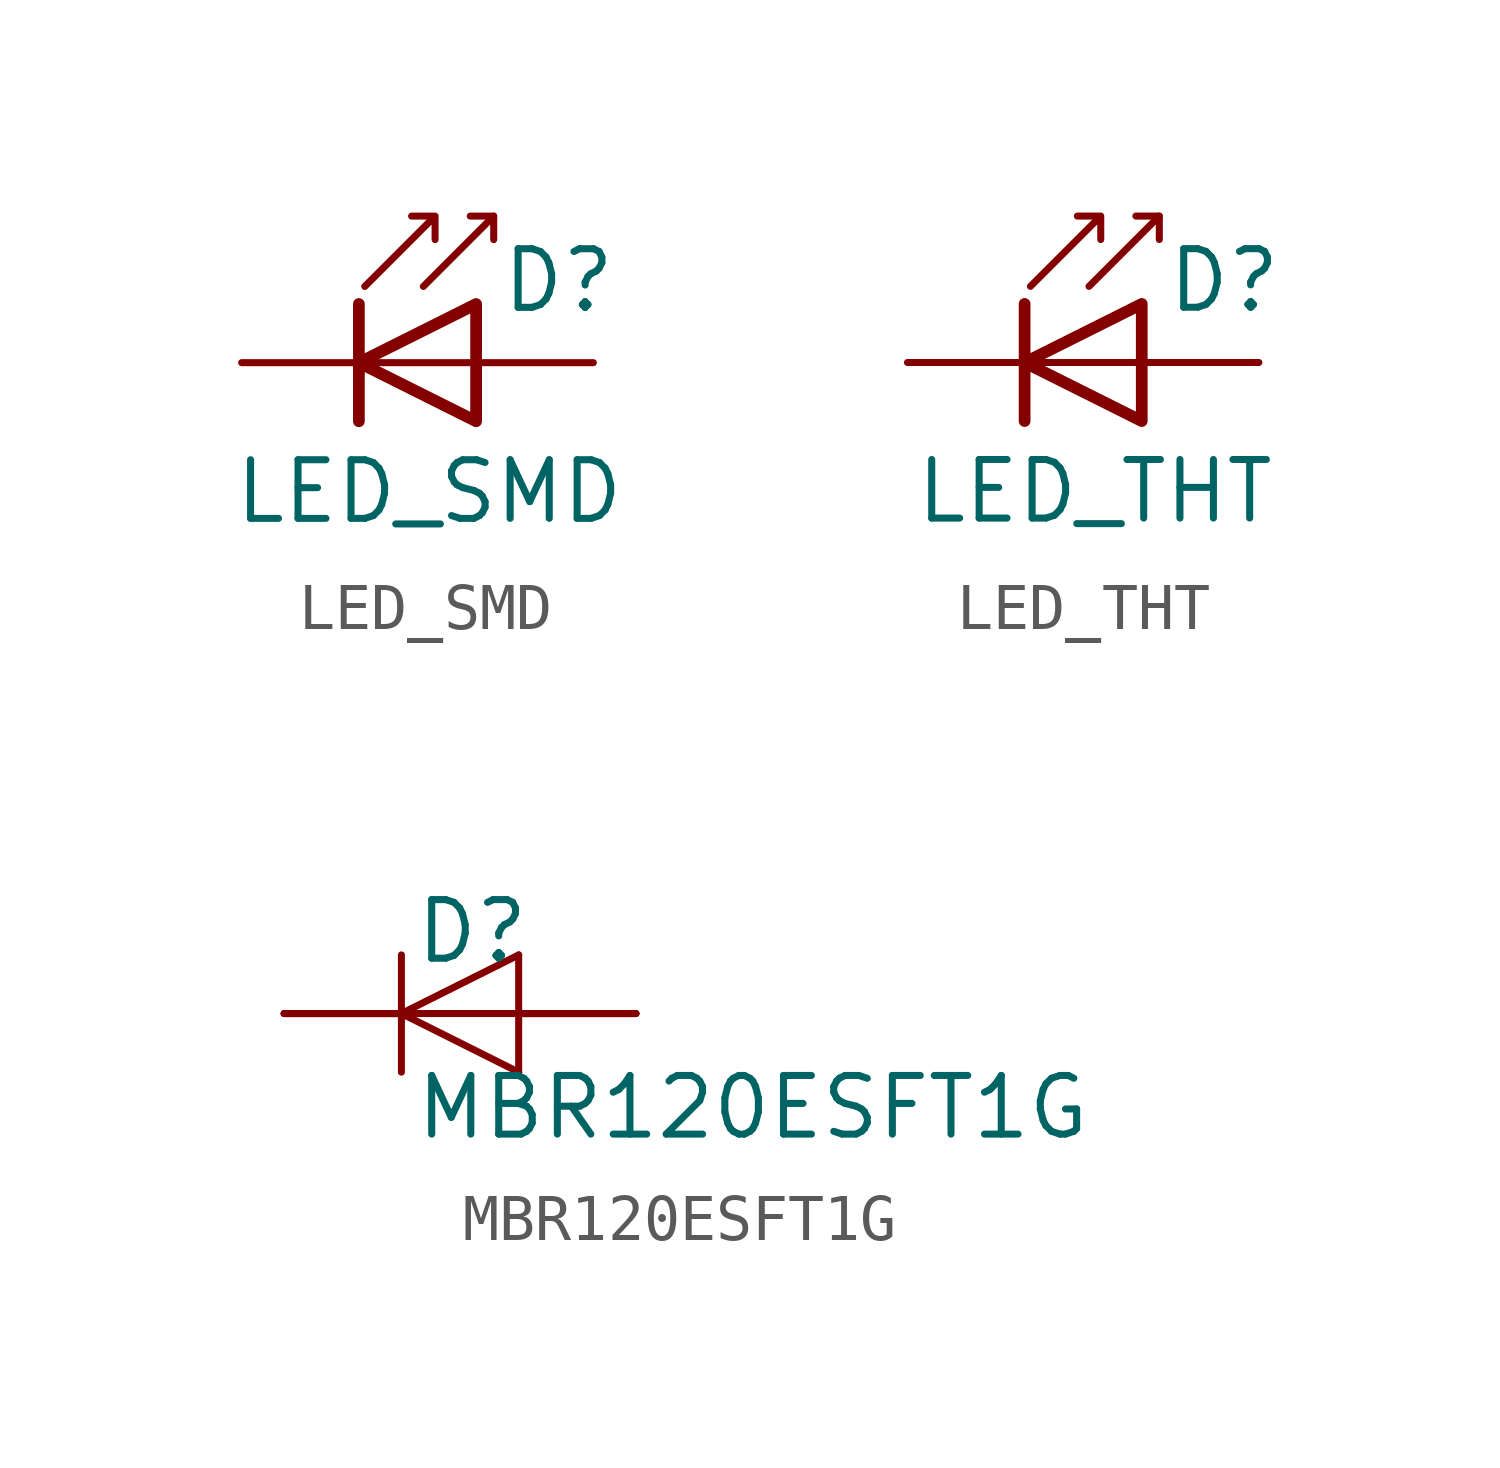
<source format=kicad_sym>
(kicad_symbol_lib
  (version 20211014)
  (generator kicad_symbol_editor)
  (symbol "LED_SMD"
    (pin_numbers hide)
    (pin_names
      (offset 1.016) hide)
    (property "Reference" "D"
      (at 0.508 1.778 0)
      (effects (font (size 1.27 1.27)) (justify left)))
    (property "Value" "LED_SMD"
      (at -1.016 -2.794 0)
      (effects (font (size 1.27 1.27))))
    (symbol "LED_SMD_0_1"
      (polyline (pts (xy -2.54 1.27) (xy -2.54 -1.27)) (stroke (width 0.254) (type default) (color 0 0 0 0)) (fill (type none)))
      (polyline (pts (xy 0 0) (xy -2.54 0)) (stroke (width 0) (type default) (color 0 0 0 0)) (fill (type none)))
      (polyline (pts (xy 0.381 3.175) (xy -0.127 3.175)) (stroke (width 0) (type default) (color 0 0 0 0)) (fill (type none)))
      (polyline (pts (xy -1.143 1.651) (xy 0.381 3.175) (xy 0.381 2.667)) (stroke (width 0) (type default) (color 0 0 0 0)) (fill (type none)))
      (polyline (pts (xy 0 1.27) (xy -2.54 0) (xy 0 -1.27) (xy 0 1.27)) (stroke (width 0.254) (type default) (color 0 0 0 0)) (fill (type none)))
      (polyline (pts (xy -2.413 1.651) (xy -0.889 3.175) (xy -0.889 2.667) (xy -0.889 3.175) (xy -1.397 3.175)) (stroke (width 0) (type default) (color 0 0 0 0)) (fill (type none))))
    (symbol "LED_SMD_1_1"
      (pin passive line (at -5.08 0 0) (length 2.54) (name "K" (effects (font (size 1.27 1.27)))) (number "1" (effects (font (size 1.27 1.27)))))
      (pin passive line (at 2.54 0 180) (length 2.54) (name "A" (effects (font (size 1.27 1.27)))) (number "2" (effects (font (size 1.27 1.27)))))))
  (symbol "LED_THT"
    (pin_numbers hide)
    (pin_names
      (offset 1.016) hide)
    (property "Reference" "D"
      (at 0.508 1.778 0)
      (effects (font (size 1.27 1.27)) (justify left)))
    (property "Value" "LED_THT"
      (at -1.016 -2.794 0)
      (effects (font (size 1.27 1.27))))
    (symbol "LED_THT_0_1"
      (polyline (pts (xy -2.54 1.27) (xy -2.54 -1.27)) (stroke (width 0.254) (type default) (color 0 0 0 0)) (fill (type none)))
      (polyline (pts (xy 0 0) (xy -2.54 0)) (stroke (width 0) (type default) (color 0 0 0 0)) (fill (type none)))
      (polyline (pts (xy 0.381 3.175) (xy -0.127 3.175)) (stroke (width 0) (type default) (color 0 0 0 0)) (fill (type none)))
      (polyline (pts (xy -1.143 1.651) (xy 0.381 3.175) (xy 0.381 2.667)) (stroke (width 0) (type default) (color 0 0 0 0)) (fill (type none)))
      (polyline (pts (xy 0 1.27) (xy -2.54 0) (xy 0 -1.27) (xy 0 1.27)) (stroke (width 0.254) (type default) (color 0 0 0 0)) (fill (type none)))
      (polyline (pts (xy -2.413 1.651) (xy -0.889 3.175) (xy -0.889 2.667) (xy -0.889 3.175) (xy -1.397 3.175)) (stroke (width 0) (type default) (color 0 0 0 0)) (fill (type none))))
    (symbol "LED_THT_1_1"
      (pin passive line (at -5.08 0 0) (length 2.54) (name "K" (effects (font (size 1.27 1.27)))) (number "1" (effects (font (size 1.27 1.27)))))
      (pin passive line (at 2.54 0 180) (length 2.54) (name "A" (effects (font (size 1.27 1.27)))) (number "2" (effects (font (size 1.27 1.27)))))))
  (symbol "MBR120ESFT1G"
    (pin_numbers hide)
    (pin_names
      (offset 0.254) hide)
    (property "Reference" "D"
      (at 0.254 1.778 0)
      (effects (font (size 1.27 1.27)) (justify left)))
    (property "Value" "MBR120ESFT1G"
      (at 0.254 -2.032 0)
      (effects (font (size 1.27 1.27)) (justify left)))
    (symbol "MBR120ESFT1G_1_1"
      (polyline (pts (xy 0 1.27) (xy 0 -1.27)) (stroke (width 0.152) (type default) (color 0 0 0 0)) (fill (type none)))
      (polyline (pts (xy 2.54 0) (xy 0 0)) (stroke (width 0) (type default) (color 0 0 0 0)) (fill (type none)))
      (polyline (pts (xy 2.54 1.27) (xy 2.54 -1.27)) (stroke (width 0) (type default) (color 0 0 0 0)) (fill (type none)))
      (polyline (pts (xy 2.54 1.27) (xy 0 0) (xy 2.54 -1.27)) (stroke (width 0) (type default) (color 0 0 0 0)) (fill (type none)))
      (pin passive line (at 5.08 0 180) (length 2.54) (name "A" (effects (font (size 1.27 1.27)))) (number "1" (effects (font (size 1.27 1.27)))))
      (pin passive line (at 5.08 0 180) (length 2.54) (name "A" (effects (font (size 1.27 1.27)))) (number "2" (effects (font (size 1.27 1.27)))))
      (pin passive line (at 5.08 0 180) (length 2.54) (name "A" (effects (font (size 1.27 1.27)))) (number "3" (effects (font (size 1.27 1.27)))))
      (pin passive line (at -2.54 0 0) (length 2.54) (name "K" (effects (font (size 1.27 1.27)))) (number "4" (effects (font (size 1.27 1.27)))))
      (pin passive line (at -2.54 0 0) (length 2.54) (name "K" (effects (font (size 1.27 1.27)))) (number "5" (effects (font (size 1.27 1.27)))))
      (pin passive line (at -2.54 0 0) (length 2.54) (name "K" (effects (font (size 1.27 1.27)))) (number "6" (effects (font (size 1.27 1.27))))))))
</source>
